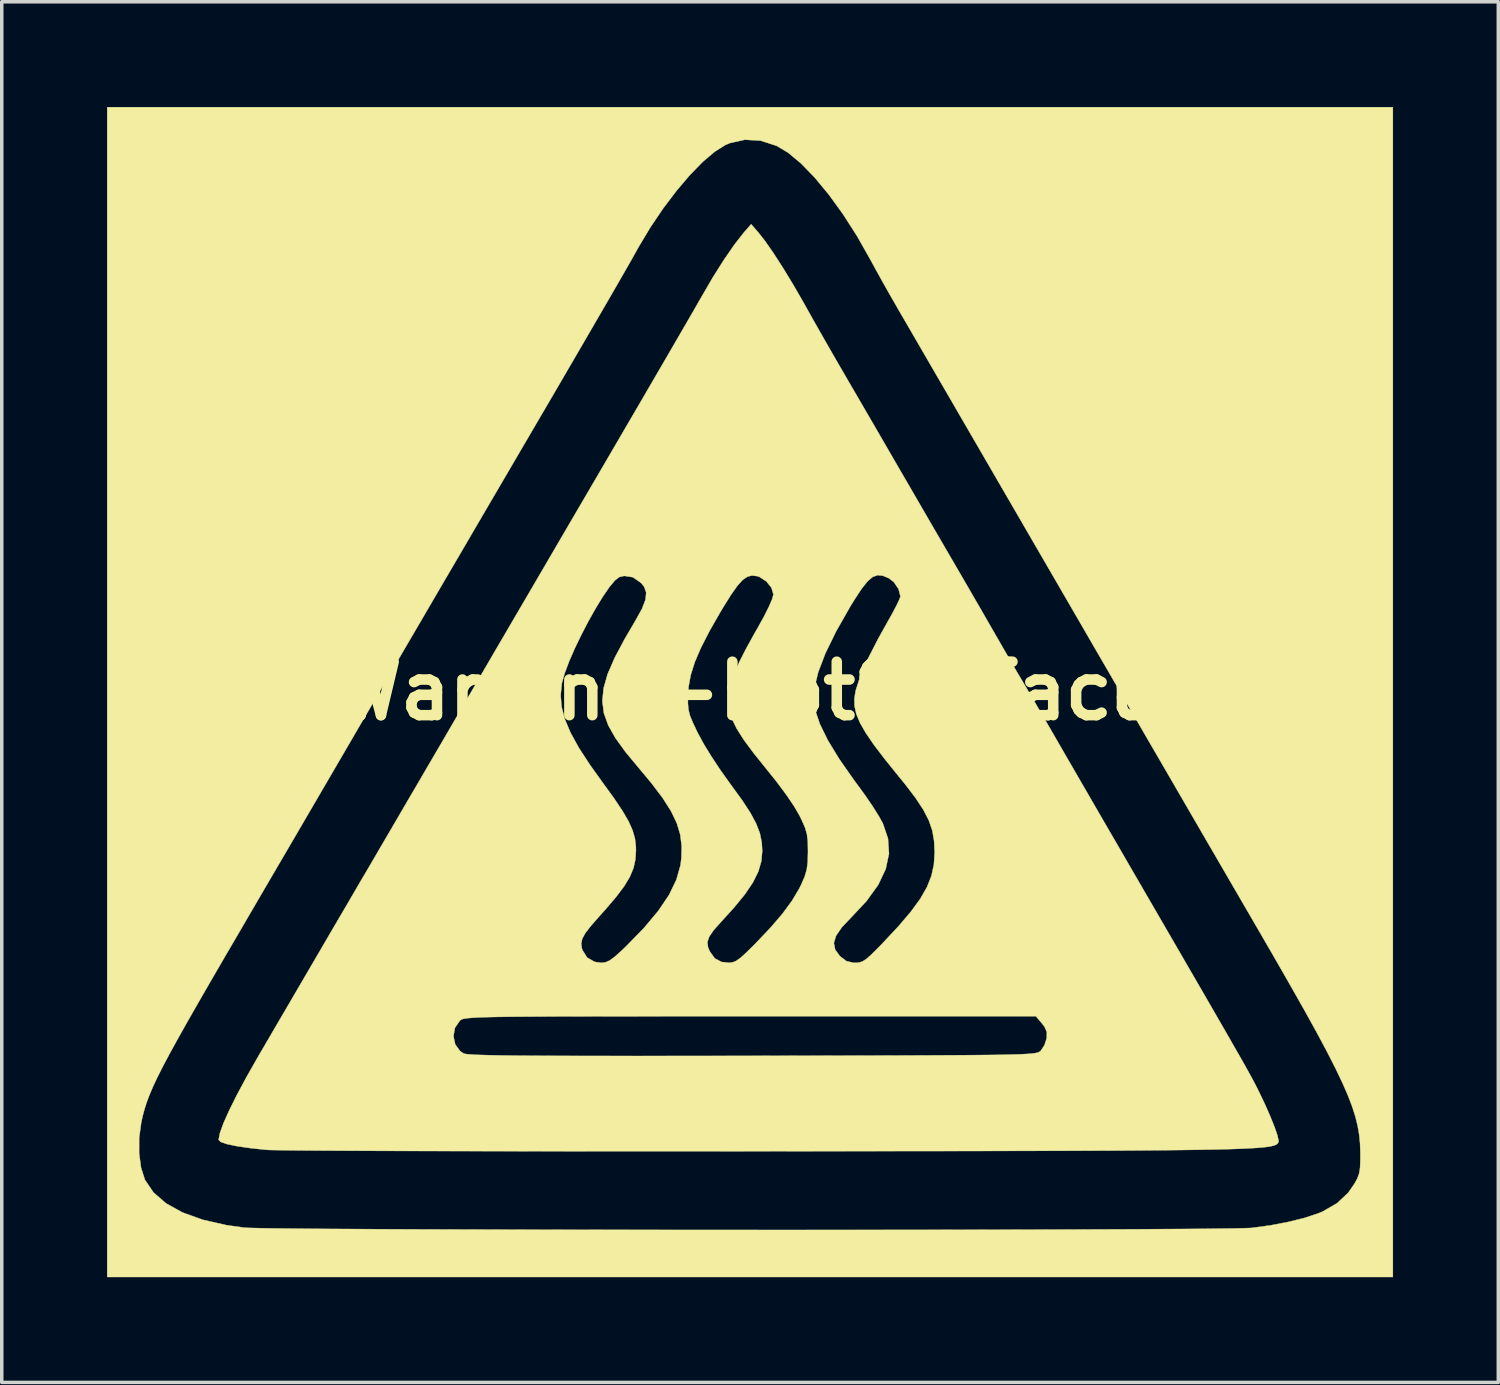
<source format=kicad_pcb>
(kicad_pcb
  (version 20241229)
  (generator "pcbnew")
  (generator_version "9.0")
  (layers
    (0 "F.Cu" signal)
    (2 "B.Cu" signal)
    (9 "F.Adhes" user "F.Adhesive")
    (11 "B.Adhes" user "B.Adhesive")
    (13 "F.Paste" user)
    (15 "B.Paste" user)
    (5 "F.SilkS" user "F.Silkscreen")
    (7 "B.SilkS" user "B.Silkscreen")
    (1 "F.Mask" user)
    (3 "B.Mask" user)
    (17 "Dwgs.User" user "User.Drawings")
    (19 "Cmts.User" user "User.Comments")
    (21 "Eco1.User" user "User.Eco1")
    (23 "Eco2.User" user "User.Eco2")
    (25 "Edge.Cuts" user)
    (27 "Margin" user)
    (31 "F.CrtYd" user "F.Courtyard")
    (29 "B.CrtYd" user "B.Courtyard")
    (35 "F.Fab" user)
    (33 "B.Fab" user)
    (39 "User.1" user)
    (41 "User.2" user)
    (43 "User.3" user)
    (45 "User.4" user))
  (footprint "Warning-HotSurface"
    (layer "F.Cu")
    (at 18.293 16.642)
    (property "Reference" "Warning-HotSurface" (at 0 0 0) (layer "F.SilkS") (effects (font (size 1.524 1.524) (thickness 0.3))))
    (attr through_hole)
    (fp_poly (pts (xy 18.352 16.701) (xy -18.288 16.701) (xy -18.288 13.173) (xy -17.378 13.173) (xy -17.324 13.584) (xy -17.216 13.922) (xy -17.21 13.936) (xy -16.967 14.294) (xy -16.609 14.603) (xy -16.142 14.862) (xy -15.568 15.069) (xy -14.891 15.223) (xy -14.383 15.294) (xy -14.257 15.301) (xy -14.011 15.307) (xy -13.652 15.314) (xy -13.188 15.319) (xy -12.626 15.325) (xy -11.972 15.33) (xy -11.235 15.334) (xy -10.421 15.339) (xy -9.537 15.343) (xy -8.591 15.346) (xy -7.59 15.349) (xy -6.541 15.352) (xy -5.451 15.354) (xy -4.328 15.356) (xy -3.178 15.357) (xy -2.009 15.359) (xy -0.828 15.359) (xy 0.358 15.36) (xy 1.542 15.36) (xy 2.717 15.359) (xy 3.874 15.358) (xy 5.008 15.357) (xy 6.111 15.355) (xy 7.175 15.353) (xy 8.194 15.351) (xy 9.161 15.348) (xy 10.067 15.344) (xy 10.907 15.341) (xy 11.673 15.336) (xy 12.357 15.332) (xy 12.953 15.327) (xy 13.453 15.321) (xy 13.85 15.316) (xy 14.137 15.309) (xy 14.307 15.303) (xy 14.338 15.3) (xy 14.865 15.228) (xy 15.376 15.131) (xy 15.84 15.015) (xy 16.222 14.889) (xy 16.351 14.835) (xy 16.763 14.597) (xy 17.08 14.298) (xy 17.257 14.043) (xy 17.34 13.89) (xy 17.391 13.751) (xy 17.417 13.586) (xy 17.426 13.359) (xy 17.425 13.145) (xy 17.417 12.898) (xy 17.393 12.653) (xy 17.35 12.402) (xy 17.285 12.135) (xy 17.193 11.846) (xy 17.07 11.525) (xy 16.913 11.165) (xy 16.717 10.755) (xy 16.48 10.289) (xy 16.196 9.758) (xy 15.862 9.153) (xy 15.474 8.467) (xy 15.029 7.69) (xy 14.522 6.814) (xy 14.437 6.668) (xy 14.036 5.978) (xy 13.594 5.217) (xy 13.125 4.41) (xy 12.646 3.585) (xy 12.174 2.772) (xy 11.724 1.996) (xy 11.312 1.287) (xy 11.1 0.921) (xy 10.771 0.353) (xy 10.45 -0.2) (xy 10.145 -0.726) (xy 9.864 -1.21) (xy 9.615 -1.64) (xy 9.406 -2.001) (xy 9.243 -2.281) (xy 9.136 -2.466) (xy 9.13 -2.477) (xy 9.027 -2.654) (xy 8.867 -2.93) (xy 8.657 -3.292) (xy 8.404 -3.728) (xy 8.115 -4.226) (xy 7.797 -4.775) (xy 7.456 -5.362) (xy 7.1 -5.975) (xy 6.736 -6.603) (xy 6.37 -7.234) (xy 6.009 -7.856) (xy 5.661 -8.457) (xy 5.331 -9.024) (xy 5.028 -9.547) (xy 4.758 -10.013) (xy 4.527 -10.41) (xy 4.343 -10.727) (xy 4.213 -10.951) (xy 4.212 -10.954) (xy 4.014 -11.298) (xy 3.806 -11.667) (xy 3.613 -12.015) (xy 3.465 -12.287) (xy 3.085 -12.958) (xy 2.687 -13.58) (xy 2.28 -14.142) (xy 1.876 -14.631) (xy 1.483 -15.036) (xy 1.112 -15.344) (xy 0.791 -15.535) (xy 0.335 -15.683) (xy -0.112 -15.71) (xy -0.54 -15.616) (xy -0.667 -15.562) (xy -0.972 -15.371) (xy -1.315 -15.08) (xy -1.683 -14.703) (xy -2.063 -14.256) (xy -2.443 -13.754) (xy -2.808 -13.213) (xy -3.147 -12.648) (xy -3.206 -12.541) (xy -3.317 -12.342) (xy -3.491 -12.037) (xy -3.723 -11.633) (xy -4.011 -11.134) (xy -4.353 -10.545) (xy -4.745 -9.87) (xy -5.185 -9.115) (xy -5.67 -8.283) (xy -6.198 -7.381) (xy -6.523 -6.826) (xy -6.811 -6.333) (xy -7.134 -5.781) (xy -7.485 -5.182) (xy -7.857 -4.546) (xy -8.243 -3.884) (xy -8.639 -3.208) (xy -9.037 -2.527) (xy -9.43 -1.854) (xy -9.814 -1.198) (xy -10.18 -0.57) (xy -10.524 0.018) (xy -10.838 0.556) (xy -11.117 1.033) (xy -11.353 1.438) (xy -11.541 1.761) (xy -11.675 1.99) (xy -11.718 2.064) (xy -11.804 2.212) (xy -11.949 2.461) (xy -12.146 2.798) (xy -12.389 3.215) (xy -12.672 3.7) (xy -12.99 4.245) (xy -13.337 4.838) (xy -13.706 5.469) (xy -14.091 6.129) (xy -14.435 6.719) (xy -14.919 7.548) (xy -15.342 8.276) (xy -15.709 8.913) (xy -16.025 9.466) (xy -16.293 9.944) (xy -16.519 10.355) (xy -16.706 10.709) (xy -16.86 11.014) (xy -16.984 11.279) (xy -17.083 11.511) (xy -17.161 11.719) (xy -17.223 11.913) (xy -17.274 12.101) (xy -17.316 12.286) (xy -17.377 12.727) (xy -17.378 13.173) (xy -18.288 13.173) (xy -18.288 -16.637) (xy 18.352 -16.637) (xy 18.352 16.701)) (stroke (width 0.01) (type solid)) (fill yes) (layer "F.SilkS"))
    (fp_poly (pts (xy 0.257 -13.081) (xy 0.456 -12.829) (xy 0.698 -12.482) (xy 0.97 -12.06) (xy 1.261 -11.582) (xy 1.558 -11.068) (xy 1.617 -10.962) (xy 1.791 -10.65) (xy 2.012 -10.26) (xy 2.262 -9.822) (xy 2.523 -9.368) (xy 2.778 -8.929) (xy 2.837 -8.826) (xy 3.115 -8.349) (xy 3.431 -7.805) (xy 3.759 -7.24) (xy 4.074 -6.696) (xy 4.348 -6.223) (xy 4.624 -5.748) (xy 4.936 -5.21) (xy 5.259 -4.653) (xy 5.569 -4.12) (xy 5.841 -3.653) (xy 5.842 -3.651) (xy 6.096 -3.215) (xy 6.367 -2.747) (xy 6.636 -2.282) (xy 6.882 -1.854) (xy 7.087 -1.497) (xy 7.109 -1.46) (xy 7.3 -1.128) (xy 7.483 -0.811) (xy 7.642 -0.537) (xy 7.764 -0.331) (xy 7.81 -0.254) (xy 7.89 -0.121) (xy 8.022 0.104) (xy 8.196 0.402) (xy 8.401 0.754) (xy 8.626 1.142) (xy 8.81 1.46) (xy 9.022 1.829) (xy 9.287 2.286) (xy 9.592 2.813) (xy 9.925 3.389) (xy 10.275 3.993) (xy 10.63 4.604) (xy 10.977 5.204) (xy 11.126 5.461) (xy 11.646 6.357) (xy 12.106 7.15) (xy 12.51 7.848) (xy 12.863 8.457) (xy 13.168 8.984) (xy 13.429 9.437) (xy 13.651 9.822) (xy 13.837 10.147) (xy 13.992 10.418) (xy 14.12 10.643) (xy 14.224 10.829) (xy 14.308 10.983) (xy 14.378 11.112) (xy 14.436 11.222) (xy 14.487 11.322) (xy 14.525 11.398) (xy 14.701 11.766) (xy 14.853 12.111) (xy 14.975 12.413) (xy 15.058 12.653) (xy 15.094 12.81) (xy 15.092 12.854) (xy 15.078 12.882) (xy 15.057 12.907) (xy 15.022 12.931) (xy 14.97 12.952) (xy 14.894 12.972) (xy 14.792 12.99) (xy 14.656 13.006) (xy 14.483 13.021) (xy 14.269 13.034) (xy 14.006 13.046) (xy 13.692 13.057) (xy 13.322 13.066) (xy 12.889 13.074) (xy 12.39 13.081) (xy 11.819 13.088) (xy 11.172 13.093) (xy 10.444 13.098) (xy 9.63 13.101) (xy 8.725 13.105) (xy 7.724 13.107) (xy 6.622 13.11) (xy 5.415 13.112) (xy 4.098 13.113) (xy 2.665 13.115) (xy 1.112 13.116) (xy 0.445 13.117) (xy -0.87 13.118) (xy -2.155 13.118) (xy -3.405 13.118) (xy -4.613 13.118) (xy -5.773 13.117) (xy -6.88 13.115) (xy -7.927 13.113) (xy -8.908 13.111) (xy -9.816 13.109) (xy -10.647 13.106) (xy -11.393 13.102) (xy -12.048 13.099) (xy -12.606 13.095) (xy -13.062 13.091) (xy -13.409 13.086) (xy -13.641 13.082) (xy -13.748 13.077) (xy -14.21 13.028) (xy -14.588 12.973) (xy -14.872 12.914) (xy -15.051 12.853) (xy -15.113 12.792) (xy -15.113 12.792) (xy -15.078 12.605) (xy -14.977 12.324) (xy -14.813 11.956) (xy -14.592 11.512) (xy -14.318 11.002) (xy -13.995 10.434) (xy -13.984 10.414) (xy -13.813 10.122) (xy -13.647 9.838) (xy -8.42 9.838) (xy -8.37 10.071) (xy -8.232 10.262) (xy -8.128 10.332) (xy -8.081 10.344) (xy -7.987 10.355) (xy -7.84 10.365) (xy -7.634 10.373) (xy -7.364 10.38) (xy -7.024 10.387) (xy -6.608 10.392) (xy -6.111 10.395) (xy -5.527 10.398) (xy -4.849 10.4) (xy -4.074 10.401) (xy -3.194 10.402) (xy -2.204 10.401) (xy -1.098 10.4) (xy 0.109 10.398) (xy 1.288 10.395) (xy 2.345 10.393) (xy 3.289 10.391) (xy 4.126 10.389) (xy 4.862 10.386) (xy 5.505 10.383) (xy 6.06 10.38) (xy 6.534 10.376) (xy 6.934 10.372) (xy 7.266 10.366) (xy 7.538 10.36) (xy 7.755 10.353) (xy 7.924 10.344) (xy 8.053 10.334) (xy 8.147 10.323) (xy 8.212 10.31) (xy 8.257 10.295) (xy 8.287 10.279) (xy 8.309 10.261) (xy 8.319 10.251) (xy 8.421 10.096) (xy 8.485 9.903) (xy 8.486 9.899) (xy 8.491 9.723) (xy 8.427 9.573) (xy 8.351 9.474) (xy 8.18 9.271) (xy 0.038 9.271) (xy -1.145 9.271) (xy -2.208 9.271) (xy -3.158 9.272) (xy -3.999 9.272) (xy -4.741 9.274) (xy -5.388 9.275) (xy -5.947 9.278) (xy -6.426 9.281) (xy -6.83 9.284) (xy -7.167 9.289) (xy -7.442 9.295) (xy -7.663 9.302) (xy -7.836 9.31) (xy -7.967 9.32) (xy -8.064 9.331) (xy -8.132 9.343) (xy -8.178 9.357) (xy -8.21 9.373) (xy -8.232 9.391) (xy -8.237 9.395) (xy -8.377 9.6) (xy -8.42 9.838) (xy -13.647 9.838) (xy -13.587 9.734) (xy -13.311 9.263) (xy -12.995 8.722) (xy -12.646 8.124) (xy -12.271 7.483) (xy -11.879 6.811) (xy -11.476 6.123) (xy -11.072 5.431) (xy -10.903 5.144) (xy -10.509 4.469) (xy -10.119 3.803) (xy -9.743 3.158) (xy -9.385 2.547) (xy -9.054 1.979) (xy -8.755 1.468) (xy -8.497 1.025) (xy -8.285 0.662) (xy -8.127 0.39) (xy -8.066 0.286) (xy -7.973 0.126) (xy -5.365 0.126) (xy -5.337 0.456) (xy -5.245 0.805) (xy -5.084 1.188) (xy -4.847 1.618) (xy -4.528 2.108) (xy -4.15 2.635) (xy -3.838 3.066) (xy -3.601 3.42) (xy -3.429 3.716) (xy -3.315 3.971) (xy -3.248 4.204) (xy -3.221 4.433) (xy -3.219 4.546) (xy -3.236 4.808) (xy -3.291 5.051) (xy -3.393 5.296) (xy -3.552 5.561) (xy -3.78 5.864) (xy -4.087 6.225) (xy -4.269 6.428) (xy -4.506 6.698) (xy -4.663 6.902) (xy -4.75 7.061) (xy -4.779 7.198) (xy -4.76 7.335) (xy -4.745 7.383) (xy -4.612 7.596) (xy -4.397 7.72) (xy -4.202 7.747) (xy -4.088 7.733) (xy -3.971 7.682) (xy -3.827 7.577) (xy -3.633 7.403) (xy -3.511 7.287) (xy -2.992 6.755) (xy -2.583 6.267) (xy -2.277 5.813) (xy -2.068 5.382) (xy -1.95 4.967) (xy -1.925 4.77) (xy -1.916 4.422) (xy -1.957 4.092) (xy -2.056 3.765) (xy -2.221 3.422) (xy -2.459 3.048) (xy -2.779 2.625) (xy -3.149 2.182) (xy -3.518 1.737) (xy -3.804 1.341) (xy -4.009 0.978) (xy -4.134 0.63) (xy -4.168 0.354) (xy -1.738 0.354) (xy -1.723 0.529) (xy -1.683 0.693) (xy -1.606 0.884) (xy -1.485 1.14) (xy -1.441 1.228) (xy -1.279 1.525) (xy -1.059 1.882) (xy -0.805 2.265) (xy -0.54 2.636) (xy -0.505 2.684) (xy -0.192 3.114) (xy 0.042 3.472) (xy 0.206 3.778) (xy 0.312 4.053) (xy 0.366 4.315) (xy 0.38 4.559) (xy 0.354 4.852) (xy 0.269 5.144) (xy 0.118 5.451) (xy -0.109 5.789) (xy -0.422 6.172) (xy -0.786 6.572) (xy -1.003 6.816) (xy -1.132 7.003) (xy -1.183 7.158) (xy -1.165 7.305) (xy -1.116 7.42) (xy -0.972 7.621) (xy -0.781 7.722) (xy -0.576 7.745) (xy -0.47 7.735) (xy -0.364 7.693) (xy -0.238 7.603) (xy -0.069 7.45) (xy 0.161 7.223) (xy 0.605 6.757) (xy 0.957 6.347) (xy 1.23 5.975) (xy 1.437 5.626) (xy 1.487 5.525) (xy 1.588 5.294) (xy 1.647 5.097) (xy 1.675 4.883) (xy 1.683 4.597) (xy 1.683 4.572) (xy 1.678 4.29) (xy 1.654 4.082) (xy 1.6 3.895) (xy 1.503 3.674) (xy 1.445 3.556) (xy 1.29 3.288) (xy 1.063 2.953) (xy 0.78 2.574) (xy 0.507 2.234) (xy 0.14 1.778) (xy -0.143 1.396) (xy -0.35 1.07) (xy -0.488 0.786) (xy -0.565 0.528) (xy -0.588 0.279) (xy -0.58 0.194) (xy 1.841 0.194) (xy 1.886 0.539) (xy 2.022 0.942) (xy 2.251 1.408) (xy 2.576 1.941) (xy 2.999 2.546) (xy 3.12 2.708) (xy 3.333 3.002) (xy 3.535 3.3) (xy 3.703 3.568) (xy 3.816 3.771) (xy 3.819 3.778) (xy 3.964 4.205) (xy 3.992 4.635) (xy 3.9 5.071) (xy 3.689 5.519) (xy 3.355 5.984) (xy 2.923 6.445) (xy 2.649 6.734) (xy 2.483 6.976) (xy 2.421 7.183) (xy 2.458 7.371) (xy 2.59 7.553) (xy 2.599 7.561) (xy 2.78 7.699) (xy 2.982 7.746) (xy 3.027 7.747) (xy 3.136 7.74) (xy 3.235 7.709) (xy 3.346 7.638) (xy 3.489 7.513) (xy 3.685 7.317) (xy 3.822 7.176) (xy 4.265 6.702) (xy 4.615 6.29) (xy 4.883 5.923) (xy 5.075 5.588) (xy 5.202 5.267) (xy 5.272 4.946) (xy 5.293 4.609) (xy 5.293 4.604) (xy 5.278 4.276) (xy 5.227 3.979) (xy 5.128 3.689) (xy 4.973 3.388) (xy 4.752 3.051) (xy 4.453 2.66) (xy 4.273 2.438) (xy 3.881 1.953) (xy 3.57 1.546) (xy 3.335 1.203) (xy 3.167 0.911) (xy 3.061 0.657) (xy 3.01 0.427) (xy 3.006 0.207) (xy 3.044 -0.015) (xy 3.046 -0.023) (xy 3.176 -0.424) (xy 3.39 -0.915) (xy 3.686 -1.493) (xy 3.928 -1.927) (xy 4.079 -2.195) (xy 4.202 -2.429) (xy 4.286 -2.604) (xy 4.318 -2.695) (xy 4.318 -2.696) (xy 4.265 -2.904) (xy 4.132 -3.101) (xy 3.991 -3.212) (xy 3.819 -3.284) (xy 3.669 -3.301) (xy 3.527 -3.25) (xy 3.378 -3.123) (xy 3.208 -2.907) (xy 3.003 -2.594) (xy 2.889 -2.408) (xy 2.486 -1.701) (xy 2.181 -1.076) (xy 1.973 -0.531) (xy 1.862 -0.066) (xy 1.841 0.194) (xy -0.58 0.194) (xy -0.564 0.025) (xy -0.559 -0.003) (xy -0.501 -0.25) (xy -0.409 -0.518) (xy -0.274 -0.826) (xy -0.087 -1.193) (xy 0.159 -1.64) (xy 0.256 -1.809) (xy 0.43 -2.123) (xy 0.568 -2.399) (xy 0.661 -2.614) (xy 0.698 -2.745) (xy 0.699 -2.752) (xy 0.643 -2.941) (xy 0.5 -3.12) (xy 0.307 -3.248) (xy 0.232 -3.273) (xy 0.09 -3.291) (xy -0.042 -3.258) (xy -0.178 -3.165) (xy -0.329 -2.997) (xy -0.508 -2.744) (xy -0.728 -2.393) (xy -0.803 -2.267) (xy -1.121 -1.712) (xy -1.365 -1.237) (xy -1.542 -0.824) (xy -1.658 -0.455) (xy -1.721 -0.113) (xy -1.737 0.132) (xy -1.738 0.354) (xy -4.168 0.354) (xy -4.177 0.28) (xy -4.14 -0.087) (xy -4.024 -0.489) (xy -3.827 -0.942) (xy -3.551 -1.463) (xy -3.232 -2.009) (xy -3.048 -2.341) (xy -2.948 -2.599) (xy -2.927 -2.801) (xy -2.984 -2.968) (xy -3.074 -3.08) (xy -3.307 -3.242) (xy -3.553 -3.28) (xy -3.695 -3.246) (xy -3.817 -3.152) (xy -3.976 -2.961) (xy -4.162 -2.69) (xy -4.364 -2.361) (xy -4.572 -1.992) (xy -4.774 -1.603) (xy -4.962 -1.214) (xy -5.123 -0.845) (xy -5.247 -0.514) (xy -5.325 -0.241) (xy -5.334 -0.198) (xy -5.365 0.126) (xy -7.973 0.126) (xy -7.95 0.087) (xy -7.776 -0.212) (xy -7.549 -0.601) (xy -7.276 -1.07) (xy -6.961 -1.608) (xy -6.611 -2.208) (xy -6.231 -2.857) (xy -5.828 -3.547) (xy -5.407 -4.268) (xy -4.974 -5.009) (xy -4.635 -5.588) (xy -4.2 -6.332) (xy -3.776 -7.059) (xy -3.368 -7.758) (xy -2.981 -8.421) (xy -2.622 -9.038) (xy -2.295 -9.6) (xy -2.006 -10.098) (xy -1.76 -10.522) (xy -1.563 -10.862) (xy -1.421 -11.111) (xy -1.347 -11.239) (xy -1.03 -11.785) (xy -0.715 -12.283) (xy -0.419 -12.713) (xy -0.156 -13.051) (xy -0.13 -13.081) (xy 0.064 -13.303) (xy 0.257 -13.081)) (stroke (width 0.01) (type solid)) (fill yes) (layer "F.SilkS")))
  (gr_rect
    (start -3 -3)
    (end 39.65 36.347)
    (stroke (width 0.1) (type default))
    (fill no)
    (layer "Edge.Cuts")))
</source>
